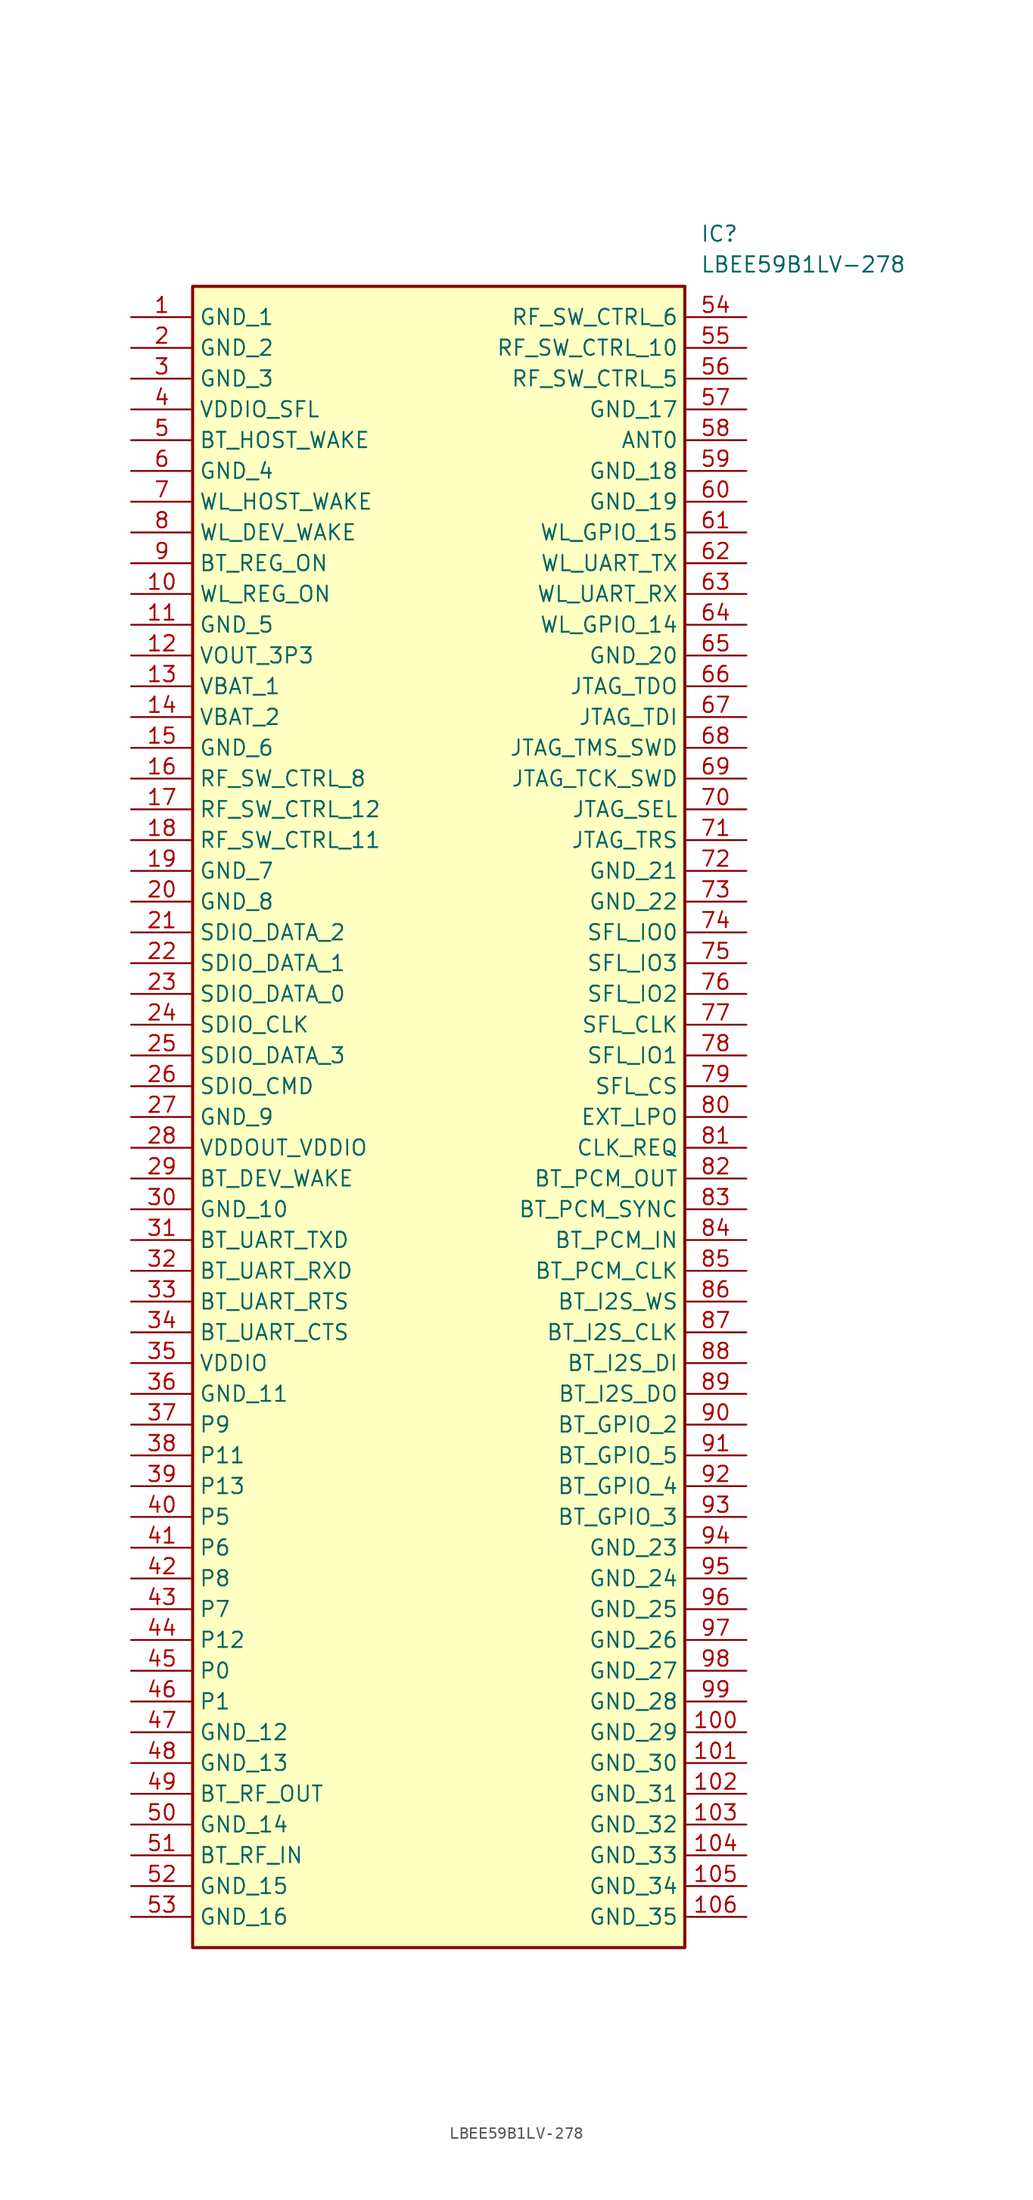
<source format=kicad_sym>
(kicad_symbol_lib
  (version 20211014)
  (generator SamacSys_ECAD_Model)
  (symbol "LBEE59B1LV-278"
    (property "Reference" "IC"
      (at 46.99 7.62 0)
      (effects (font (size 1.27 1.27)) (justify left top)))
    (property "Value" "LBEE59B1LV-278"
      (at 46.99 5.08 0)
      (effects (font (size 1.27 1.27)) (justify left top)))
    (rectangle
      (start 5.08 2.54)
      (end 45.72 -134.62)
      (stroke (width 0.254) (type default))
      (fill (type background)))
    (pin passive line
      (at 0 0 0)
      (length 5.08)
      (name "GND_1" (effects (font (size 1.27 1.27))))
      (number "1" (effects (font (size 1.27 1.27)))))
    (pin passive line
      (at 0 -2.54 0)
      (length 5.08)
      (name "GND_2" (effects (font (size 1.27 1.27))))
      (number "2" (effects (font (size 1.27 1.27)))))
    (pin passive line
      (at 0 -5.08 0)
      (length 5.08)
      (name "GND_3" (effects (font (size 1.27 1.27))))
      (number "3" (effects (font (size 1.27 1.27)))))
    (pin passive line
      (at 0 -7.62 0)
      (length 5.08)
      (name "VDDIO_SFL" (effects (font (size 1.27 1.27))))
      (number "4" (effects (font (size 1.27 1.27)))))
    (pin passive line
      (at 0 -10.16 0)
      (length 5.08)
      (name "BT_HOST_WAKE" (effects (font (size 1.27 1.27))))
      (number "5" (effects (font (size 1.27 1.27)))))
    (pin passive line
      (at 0 -12.7 0)
      (length 5.08)
      (name "GND_4" (effects (font (size 1.27 1.27))))
      (number "6" (effects (font (size 1.27 1.27)))))
    (pin passive line
      (at 0 -15.24 0)
      (length 5.08)
      (name "WL_HOST_WAKE" (effects (font (size 1.27 1.27))))
      (number "7" (effects (font (size 1.27 1.27)))))
    (pin passive line
      (at 0 -17.78 0)
      (length 5.08)
      (name "WL_DEV_WAKE" (effects (font (size 1.27 1.27))))
      (number "8" (effects (font (size 1.27 1.27)))))
    (pin passive line
      (at 0 -20.32 0)
      (length 5.08)
      (name "BT_REG_ON" (effects (font (size 1.27 1.27))))
      (number "9" (effects (font (size 1.27 1.27)))))
    (pin passive line
      (at 0 -22.86 0)
      (length 5.08)
      (name "WL_REG_ON" (effects (font (size 1.27 1.27))))
      (number "10" (effects (font (size 1.27 1.27)))))
    (pin passive line
      (at 0 -25.4 0)
      (length 5.08)
      (name "GND_5" (effects (font (size 1.27 1.27))))
      (number "11" (effects (font (size 1.27 1.27)))))
    (pin passive line
      (at 0 -27.94 0)
      (length 5.08)
      (name "VOUT_3P3" (effects (font (size 1.27 1.27))))
      (number "12" (effects (font (size 1.27 1.27)))))
    (pin passive line
      (at 0 -30.48 0)
      (length 5.08)
      (name "VBAT_1" (effects (font (size 1.27 1.27))))
      (number "13" (effects (font (size 1.27 1.27)))))
    (pin passive line
      (at 0 -33.02 0)
      (length 5.08)
      (name "VBAT_2" (effects (font (size 1.27 1.27))))
      (number "14" (effects (font (size 1.27 1.27)))))
    (pin passive line
      (at 0 -35.56 0)
      (length 5.08)
      (name "GND_6" (effects (font (size 1.27 1.27))))
      (number "15" (effects (font (size 1.27 1.27)))))
    (pin passive line
      (at 0 -38.1 0)
      (length 5.08)
      (name "RF_SW_CTRL_8" (effects (font (size 1.27 1.27))))
      (number "16" (effects (font (size 1.27 1.27)))))
    (pin passive line
      (at 0 -40.64 0)
      (length 5.08)
      (name "RF_SW_CTRL_12" (effects (font (size 1.27 1.27))))
      (number "17" (effects (font (size 1.27 1.27)))))
    (pin passive line
      (at 0 -43.18 0)
      (length 5.08)
      (name "RF_SW_CTRL_11" (effects (font (size 1.27 1.27))))
      (number "18" (effects (font (size 1.27 1.27)))))
    (pin passive line
      (at 0 -45.72 0)
      (length 5.08)
      (name "GND_7" (effects (font (size 1.27 1.27))))
      (number "19" (effects (font (size 1.27 1.27)))))
    (pin passive line
      (at 0 -48.26 0)
      (length 5.08)
      (name "GND_8" (effects (font (size 1.27 1.27))))
      (number "20" (effects (font (size 1.27 1.27)))))
    (pin passive line
      (at 0 -50.8 0)
      (length 5.08)
      (name "SDIO_DATA_2" (effects (font (size 1.27 1.27))))
      (number "21" (effects (font (size 1.27 1.27)))))
    (pin passive line
      (at 0 -53.34 0)
      (length 5.08)
      (name "SDIO_DATA_1" (effects (font (size 1.27 1.27))))
      (number "22" (effects (font (size 1.27 1.27)))))
    (pin passive line
      (at 0 -55.88 0)
      (length 5.08)
      (name "SDIO_DATA_0" (effects (font (size 1.27 1.27))))
      (number "23" (effects (font (size 1.27 1.27)))))
    (pin passive line
      (at 0 -58.42 0)
      (length 5.08)
      (name "SDIO_CLK" (effects (font (size 1.27 1.27))))
      (number "24" (effects (font (size 1.27 1.27)))))
    (pin passive line
      (at 0 -60.96 0)
      (length 5.08)
      (name "SDIO_DATA_3" (effects (font (size 1.27 1.27))))
      (number "25" (effects (font (size 1.27 1.27)))))
    (pin passive line
      (at 0 -63.5 0)
      (length 5.08)
      (name "SDIO_CMD" (effects (font (size 1.27 1.27))))
      (number "26" (effects (font (size 1.27 1.27)))))
    (pin passive line
      (at 0 -66.04 0)
      (length 5.08)
      (name "GND_9" (effects (font (size 1.27 1.27))))
      (number "27" (effects (font (size 1.27 1.27)))))
    (pin passive line
      (at 0 -68.58 0)
      (length 5.08)
      (name "VDDOUT_VDDIO" (effects (font (size 1.27 1.27))))
      (number "28" (effects (font (size 1.27 1.27)))))
    (pin passive line
      (at 0 -71.12 0)
      (length 5.08)
      (name "BT_DEV_WAKE" (effects (font (size 1.27 1.27))))
      (number "29" (effects (font (size 1.27 1.27)))))
    (pin passive line
      (at 0 -73.66 0)
      (length 5.08)
      (name "GND_10" (effects (font (size 1.27 1.27))))
      (number "30" (effects (font (size 1.27 1.27)))))
    (pin passive line
      (at 0 -76.2 0)
      (length 5.08)
      (name "BT_UART_TXD" (effects (font (size 1.27 1.27))))
      (number "31" (effects (font (size 1.27 1.27)))))
    (pin passive line
      (at 0 -78.74 0)
      (length 5.08)
      (name "BT_UART_RXD" (effects (font (size 1.27 1.27))))
      (number "32" (effects (font (size 1.27 1.27)))))
    (pin passive line
      (at 0 -81.28 0)
      (length 5.08)
      (name "BT_UART_RTS" (effects (font (size 1.27 1.27))))
      (number "33" (effects (font (size 1.27 1.27)))))
    (pin passive line
      (at 0 -83.82 0)
      (length 5.08)
      (name "BT_UART_CTS" (effects (font (size 1.27 1.27))))
      (number "34" (effects (font (size 1.27 1.27)))))
    (pin passive line
      (at 0 -86.36 0)
      (length 5.08)
      (name "VDDIO" (effects (font (size 1.27 1.27))))
      (number "35" (effects (font (size 1.27 1.27)))))
    (pin passive line
      (at 0 -88.9 0)
      (length 5.08)
      (name "GND_11" (effects (font (size 1.27 1.27))))
      (number "36" (effects (font (size 1.27 1.27)))))
    (pin passive line
      (at 0 -91.44 0)
      (length 5.08)
      (name "P9" (effects (font (size 1.27 1.27))))
      (number "37" (effects (font (size 1.27 1.27)))))
    (pin passive line
      (at 0 -93.98 0)
      (length 5.08)
      (name "P11" (effects (font (size 1.27 1.27))))
      (number "38" (effects (font (size 1.27 1.27)))))
    (pin passive line
      (at 0 -96.52 0)
      (length 5.08)
      (name "P13" (effects (font (size 1.27 1.27))))
      (number "39" (effects (font (size 1.27 1.27)))))
    (pin passive line
      (at 0 -99.06 0)
      (length 5.08)
      (name "P5" (effects (font (size 1.27 1.27))))
      (number "40" (effects (font (size 1.27 1.27)))))
    (pin passive line
      (at 0 -101.6 0)
      (length 5.08)
      (name "P6" (effects (font (size 1.27 1.27))))
      (number "41" (effects (font (size 1.27 1.27)))))
    (pin passive line
      (at 0 -104.14 0)
      (length 5.08)
      (name "P8" (effects (font (size 1.27 1.27))))
      (number "42" (effects (font (size 1.27 1.27)))))
    (pin passive line
      (at 0 -106.68 0)
      (length 5.08)
      (name "P7" (effects (font (size 1.27 1.27))))
      (number "43" (effects (font (size 1.27 1.27)))))
    (pin passive line
      (at 0 -109.22 0)
      (length 5.08)
      (name "P12" (effects (font (size 1.27 1.27))))
      (number "44" (effects (font (size 1.27 1.27)))))
    (pin passive line
      (at 0 -111.76 0)
      (length 5.08)
      (name "P0" (effects (font (size 1.27 1.27))))
      (number "45" (effects (font (size 1.27 1.27)))))
    (pin passive line
      (at 0 -114.3 0)
      (length 5.08)
      (name "P1" (effects (font (size 1.27 1.27))))
      (number "46" (effects (font (size 1.27 1.27)))))
    (pin passive line
      (at 0 -116.84 0)
      (length 5.08)
      (name "GND_12" (effects (font (size 1.27 1.27))))
      (number "47" (effects (font (size 1.27 1.27)))))
    (pin passive line
      (at 0 -119.38 0)
      (length 5.08)
      (name "GND_13" (effects (font (size 1.27 1.27))))
      (number "48" (effects (font (size 1.27 1.27)))))
    (pin passive line
      (at 0 -121.92 0)
      (length 5.08)
      (name "BT_RF_OUT" (effects (font (size 1.27 1.27))))
      (number "49" (effects (font (size 1.27 1.27)))))
    (pin passive line
      (at 0 -124.46 0)
      (length 5.08)
      (name "GND_14" (effects (font (size 1.27 1.27))))
      (number "50" (effects (font (size 1.27 1.27)))))
    (pin passive line
      (at 0 -127 0)
      (length 5.08)
      (name "BT_RF_IN" (effects (font (size 1.27 1.27))))
      (number "51" (effects (font (size 1.27 1.27)))))
    (pin passive line
      (at 0 -129.54 0)
      (length 5.08)
      (name "GND_15" (effects (font (size 1.27 1.27))))
      (number "52" (effects (font (size 1.27 1.27)))))
    (pin passive line
      (at 0 -132.08 0)
      (length 5.08)
      (name "GND_16" (effects (font (size 1.27 1.27))))
      (number "53" (effects (font (size 1.27 1.27)))))
    (pin passive line
      (at 50.8 0 180)
      (length 5.08)
      (name "RF_SW_CTRL_6" (effects (font (size 1.27 1.27))))
      (number "54" (effects (font (size 1.27 1.27)))))
    (pin passive line
      (at 50.8 -2.54 180)
      (length 5.08)
      (name "RF_SW_CTRL_10" (effects (font (size 1.27 1.27))))
      (number "55" (effects (font (size 1.27 1.27)))))
    (pin passive line
      (at 50.8 -5.08 180)
      (length 5.08)
      (name "RF_SW_CTRL_5" (effects (font (size 1.27 1.27))))
      (number "56" (effects (font (size 1.27 1.27)))))
    (pin passive line
      (at 50.8 -7.62 180)
      (length 5.08)
      (name "GND_17" (effects (font (size 1.27 1.27))))
      (number "57" (effects (font (size 1.27 1.27)))))
    (pin passive line
      (at 50.8 -10.16 180)
      (length 5.08)
      (name "ANT0" (effects (font (size 1.27 1.27))))
      (number "58" (effects (font (size 1.27 1.27)))))
    (pin passive line
      (at 50.8 -12.7 180)
      (length 5.08)
      (name "GND_18" (effects (font (size 1.27 1.27))))
      (number "59" (effects (font (size 1.27 1.27)))))
    (pin passive line
      (at 50.8 -15.24 180)
      (length 5.08)
      (name "GND_19" (effects (font (size 1.27 1.27))))
      (number "60" (effects (font (size 1.27 1.27)))))
    (pin passive line
      (at 50.8 -17.78 180)
      (length 5.08)
      (name "WL_GPIO_15" (effects (font (size 1.27 1.27))))
      (number "61" (effects (font (size 1.27 1.27)))))
    (pin passive line
      (at 50.8 -20.32 180)
      (length 5.08)
      (name "WL_UART_TX" (effects (font (size 1.27 1.27))))
      (number "62" (effects (font (size 1.27 1.27)))))
    (pin passive line
      (at 50.8 -22.86 180)
      (length 5.08)
      (name "WL_UART_RX" (effects (font (size 1.27 1.27))))
      (number "63" (effects (font (size 1.27 1.27)))))
    (pin passive line
      (at 50.8 -25.4 180)
      (length 5.08)
      (name "WL_GPIO_14" (effects (font (size 1.27 1.27))))
      (number "64" (effects (font (size 1.27 1.27)))))
    (pin passive line
      (at 50.8 -27.94 180)
      (length 5.08)
      (name "GND_20" (effects (font (size 1.27 1.27))))
      (number "65" (effects (font (size 1.27 1.27)))))
    (pin passive line
      (at 50.8 -30.48 180)
      (length 5.08)
      (name "JTAG_TDO" (effects (font (size 1.27 1.27))))
      (number "66" (effects (font (size 1.27 1.27)))))
    (pin passive line
      (at 50.8 -33.02 180)
      (length 5.08)
      (name "JTAG_TDI" (effects (font (size 1.27 1.27))))
      (number "67" (effects (font (size 1.27 1.27)))))
    (pin passive line
      (at 50.8 -35.56 180)
      (length 5.08)
      (name "JTAG_TMS_SWD" (effects (font (size 1.27 1.27))))
      (number "68" (effects (font (size 1.27 1.27)))))
    (pin passive line
      (at 50.8 -38.1 180)
      (length 5.08)
      (name "JTAG_TCK_SWD" (effects (font (size 1.27 1.27))))
      (number "69" (effects (font (size 1.27 1.27)))))
    (pin passive line
      (at 50.8 -40.64 180)
      (length 5.08)
      (name "JTAG_SEL" (effects (font (size 1.27 1.27))))
      (number "70" (effects (font (size 1.27 1.27)))))
    (pin passive line
      (at 50.8 -43.18 180)
      (length 5.08)
      (name "JTAG_TRS" (effects (font (size 1.27 1.27))))
      (number "71" (effects (font (size 1.27 1.27)))))
    (pin passive line
      (at 50.8 -45.72 180)
      (length 5.08)
      (name "GND_21" (effects (font (size 1.27 1.27))))
      (number "72" (effects (font (size 1.27 1.27)))))
    (pin passive line
      (at 50.8 -48.26 180)
      (length 5.08)
      (name "GND_22" (effects (font (size 1.27 1.27))))
      (number "73" (effects (font (size 1.27 1.27)))))
    (pin passive line
      (at 50.8 -50.8 180)
      (length 5.08)
      (name "SFL_IO0" (effects (font (size 1.27 1.27))))
      (number "74" (effects (font (size 1.27 1.27)))))
    (pin passive line
      (at 50.8 -53.34 180)
      (length 5.08)
      (name "SFL_IO3" (effects (font (size 1.27 1.27))))
      (number "75" (effects (font (size 1.27 1.27)))))
    (pin passive line
      (at 50.8 -55.88 180)
      (length 5.08)
      (name "SFL_IO2" (effects (font (size 1.27 1.27))))
      (number "76" (effects (font (size 1.27 1.27)))))
    (pin passive line
      (at 50.8 -58.42 180)
      (length 5.08)
      (name "SFL_CLK" (effects (font (size 1.27 1.27))))
      (number "77" (effects (font (size 1.27 1.27)))))
    (pin passive line
      (at 50.8 -60.96 180)
      (length 5.08)
      (name "SFL_IO1" (effects (font (size 1.27 1.27))))
      (number "78" (effects (font (size 1.27 1.27)))))
    (pin passive line
      (at 50.8 -63.5 180)
      (length 5.08)
      (name "SFL_CS" (effects (font (size 1.27 1.27))))
      (number "79" (effects (font (size 1.27 1.27)))))
    (pin passive line
      (at 50.8 -66.04 180)
      (length 5.08)
      (name "EXT_LPO" (effects (font (size 1.27 1.27))))
      (number "80" (effects (font (size 1.27 1.27)))))
    (pin passive line
      (at 50.8 -68.58 180)
      (length 5.08)
      (name "CLK_REQ" (effects (font (size 1.27 1.27))))
      (number "81" (effects (font (size 1.27 1.27)))))
    (pin passive line
      (at 50.8 -71.12 180)
      (length 5.08)
      (name "BT_PCM_OUT" (effects (font (size 1.27 1.27))))
      (number "82" (effects (font (size 1.27 1.27)))))
    (pin passive line
      (at 50.8 -73.66 180)
      (length 5.08)
      (name "BT_PCM_SYNC" (effects (font (size 1.27 1.27))))
      (number "83" (effects (font (size 1.27 1.27)))))
    (pin passive line
      (at 50.8 -76.2 180)
      (length 5.08)
      (name "BT_PCM_IN" (effects (font (size 1.27 1.27))))
      (number "84" (effects (font (size 1.27 1.27)))))
    (pin passive line
      (at 50.8 -78.74 180)
      (length 5.08)
      (name "BT_PCM_CLK" (effects (font (size 1.27 1.27))))
      (number "85" (effects (font (size 1.27 1.27)))))
    (pin passive line
      (at 50.8 -81.28 180)
      (length 5.08)
      (name "BT_I2S_WS" (effects (font (size 1.27 1.27))))
      (number "86" (effects (font (size 1.27 1.27)))))
    (pin passive line
      (at 50.8 -83.82 180)
      (length 5.08)
      (name "BT_I2S_CLK" (effects (font (size 1.27 1.27))))
      (number "87" (effects (font (size 1.27 1.27)))))
    (pin passive line
      (at 50.8 -86.36 180)
      (length 5.08)
      (name "BT_I2S_DI" (effects (font (size 1.27 1.27))))
      (number "88" (effects (font (size 1.27 1.27)))))
    (pin passive line
      (at 50.8 -88.9 180)
      (length 5.08)
      (name "BT_I2S_DO" (effects (font (size 1.27 1.27))))
      (number "89" (effects (font (size 1.27 1.27)))))
    (pin passive line
      (at 50.8 -91.44 180)
      (length 5.08)
      (name "BT_GPIO_2" (effects (font (size 1.27 1.27))))
      (number "90" (effects (font (size 1.27 1.27)))))
    (pin passive line
      (at 50.8 -93.98 180)
      (length 5.08)
      (name "BT_GPIO_5" (effects (font (size 1.27 1.27))))
      (number "91" (effects (font (size 1.27 1.27)))))
    (pin passive line
      (at 50.8 -96.52 180)
      (length 5.08)
      (name "BT_GPIO_4" (effects (font (size 1.27 1.27))))
      (number "92" (effects (font (size 1.27 1.27)))))
    (pin passive line
      (at 50.8 -99.06 180)
      (length 5.08)
      (name "BT_GPIO_3" (effects (font (size 1.27 1.27))))
      (number "93" (effects (font (size 1.27 1.27)))))
    (pin passive line
      (at 50.8 -101.6 180)
      (length 5.08)
      (name "GND_23" (effects (font (size 1.27 1.27))))
      (number "94" (effects (font (size 1.27 1.27)))))
    (pin passive line
      (at 50.8 -104.14 180)
      (length 5.08)
      (name "GND_24" (effects (font (size 1.27 1.27))))
      (number "95" (effects (font (size 1.27 1.27)))))
    (pin passive line
      (at 50.8 -106.68 180)
      (length 5.08)
      (name "GND_25" (effects (font (size 1.27 1.27))))
      (number "96" (effects (font (size 1.27 1.27)))))
    (pin passive line
      (at 50.8 -109.22 180)
      (length 5.08)
      (name "GND_26" (effects (font (size 1.27 1.27))))
      (number "97" (effects (font (size 1.27 1.27)))))
    (pin passive line
      (at 50.8 -111.76 180)
      (length 5.08)
      (name "GND_27" (effects (font (size 1.27 1.27))))
      (number "98" (effects (font (size 1.27 1.27)))))
    (pin passive line
      (at 50.8 -114.3 180)
      (length 5.08)
      (name "GND_28" (effects (font (size 1.27 1.27))))
      (number "99" (effects (font (size 1.27 1.27)))))
    (pin passive line
      (at 50.8 -116.84 180)
      (length 5.08)
      (name "GND_29" (effects (font (size 1.27 1.27))))
      (number "100" (effects (font (size 1.27 1.27)))))
    (pin passive line
      (at 50.8 -119.38 180)
      (length 5.08)
      (name "GND_30" (effects (font (size 1.27 1.27))))
      (number "101" (effects (font (size 1.27 1.27)))))
    (pin passive line
      (at 50.8 -121.92 180)
      (length 5.08)
      (name "GND_31" (effects (font (size 1.27 1.27))))
      (number "102" (effects (font (size 1.27 1.27)))))
    (pin passive line
      (at 50.8 -124.46 180)
      (length 5.08)
      (name "GND_32" (effects (font (size 1.27 1.27))))
      (number "103" (effects (font (size 1.27 1.27)))))
    (pin passive line
      (at 50.8 -127 180)
      (length 5.08)
      (name "GND_33" (effects (font (size 1.27 1.27))))
      (number "104" (effects (font (size 1.27 1.27)))))
    (pin passive line
      (at 50.8 -129.54 180)
      (length 5.08)
      (name "GND_34" (effects (font (size 1.27 1.27))))
      (number "105" (effects (font (size 1.27 1.27)))))
    (pin passive line
      (at 50.8 -132.08 180)
      (length 5.08)
      (name "GND_35" (effects (font (size 1.27 1.27))))
      (number "106" (effects (font (size 1.27 1.27)))))))
</source>
